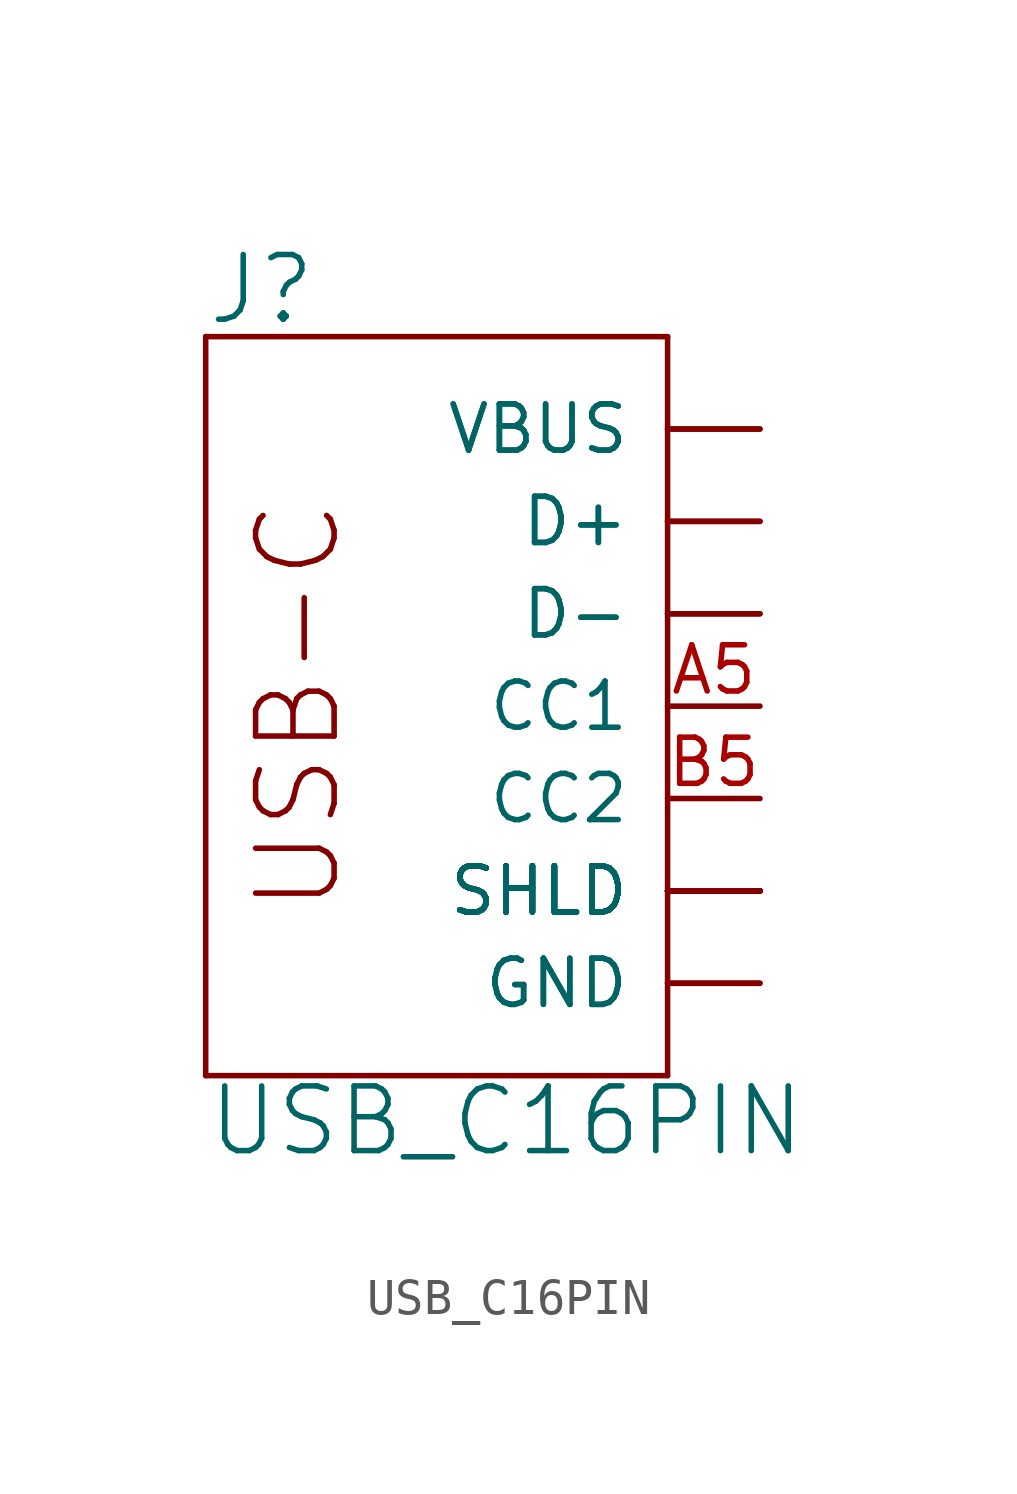
<source format=kicad_sym>
(kicad_symbol_lib
  (version 20230620)
  (generator kicad_symbol_editor)
  (symbol "USB_C16PIN"
    (pin_names
      (offset 1.016))
    (property "Reference" "J"
      (at -2.54 10.414 0)
      (effects (font (size 1.778 1.778)) (justify left bottom)))
    (property "Value" "USB_C16PIN"
      (at -2.54 -12.446 0)
      (effects (font (size 1.778 1.778)) (justify left bottom)))
    (property "ki_locked" ""
      (at 0 0 0)
      (effects (font (size 1.27 1.27))))
    (symbol "USB_C16PIN_1_0"
      (polyline (pts (xy -2.54 -10.16) (xy -2.54 10.16)) (stroke (width 0) (type solid)) (fill (type none)))
      (polyline (pts (xy -2.54 -10.16) (xy 10.16 -10.16)) (stroke (width 0) (type solid)) (fill (type none)))
      (polyline (pts (xy 10.16 -10.16) (xy 10.16 10.16)) (stroke (width 0) (type solid)) (fill (type none)))
      (polyline (pts (xy 10.16 10.16) (xy -2.54 10.16)) (stroke (width 0) (type solid)) (fill (type none)))
      (text "USB-C" (at 0 0 900) (effects (font (size 2.159 2.159))))
      (pin unspecified line (at 12.7 0 180) (length 2.54) (name "CC1" (effects (font (size 1.27 1.27)))) (number "A5" (effects (font (size 1.27 1.27)))))
      (pin unspecified line (at 12.7 5.08 180) (length 2.54) (name "D+" (effects (font (size 1.27 1.27)))) (number "A6" (effects (font (size 0 0)))))
      (pin unspecified line (at 12.7 2.54 180) (length 2.54) (name "D-" (effects (font (size 1.27 1.27)))) (number "A7" (effects (font (size 0 0)))))
      (pin unspecified line (at 12.7 -2.54 180) (length 2.54) (name "CC2" (effects (font (size 1.27 1.27)))) (number "B5" (effects (font (size 1.27 1.27)))))
      (pin unspecified line (at 12.7 5.08 180) (length 2.54) (name "D+" (effects (font (size 1.27 1.27)))) (number "B6" (effects (font (size 0 0)))))
      (pin unspecified line (at 12.7 2.54 180) (length 2.54) (name "D-" (effects (font (size 1.27 1.27)))) (number "B7" (effects (font (size 0 0)))))
      (pin unspecified line (at 12.7 -7.62 180) (length 2.54) (name "GND" (effects (font (size 1.27 1.27)))) (number "GND" (effects (font (size 0 0)))))
      (pin unspecified line (at 12.7 -7.62 180) (length 2.54) (name "GND" (effects (font (size 1.27 1.27)))) (number "GND2" (effects (font (size 0 0)))))
      (pin unspecified line (at 12.7 -5.08 180) (length 2.54) (name "SHLD" (effects (font (size 1.27 1.27)))) (number "SHLD1" (effects (font (size 0 0)))))
      (pin unspecified line (at 12.7 -5.08 180) (length 2.54) (name "SHLD" (effects (font (size 1.27 1.27)))) (number "SHLD2" (effects (font (size 0 0)))))
      (pin unspecified line (at 12.7 -5.08 180) (length 2.54) (name "SHLD" (effects (font (size 1.27 1.27)))) (number "SHLD3" (effects (font (size 0 0)))))
      (pin unspecified line (at 12.7 -5.08 180) (length 2.54) (name "SHLD" (effects (font (size 1.27 1.27)))) (number "SHLD4" (effects (font (size 0 0)))))
      (pin unspecified line (at 12.7 -5.08 180) (length 2.54) (name "SHLD" (effects (font (size 1.27 1.27)))) (number "SHLD5" (effects (font (size 0 0)))))
      (pin unspecified line (at 12.7 -5.08 180) (length 2.54) (name "SHLD" (effects (font (size 1.27 1.27)))) (number "SHLD6" (effects (font (size 0 0)))))
      (pin unspecified line (at 12.7 -5.08 180) (length 2.54) (name "SHLD" (effects (font (size 1.27 1.27)))) (number "SHLD7" (effects (font (size 0 0)))))
      (pin unspecified line (at 12.7 -5.08 180) (length 2.54) (name "SHLD" (effects (font (size 1.27 1.27)))) (number "SHLD8" (effects (font (size 0 0)))))
      (pin unspecified line (at 12.7 7.62 180) (length 2.54) (name "VBUS" (effects (font (size 1.27 1.27)))) (number "VBUS1" (effects (font (size 0 0)))))
      (pin unspecified line (at 12.7 7.62 180) (length 2.54) (name "VBUS" (effects (font (size 1.27 1.27)))) (number "VBUS2" (effects (font (size 0 0))))))))
</source>
